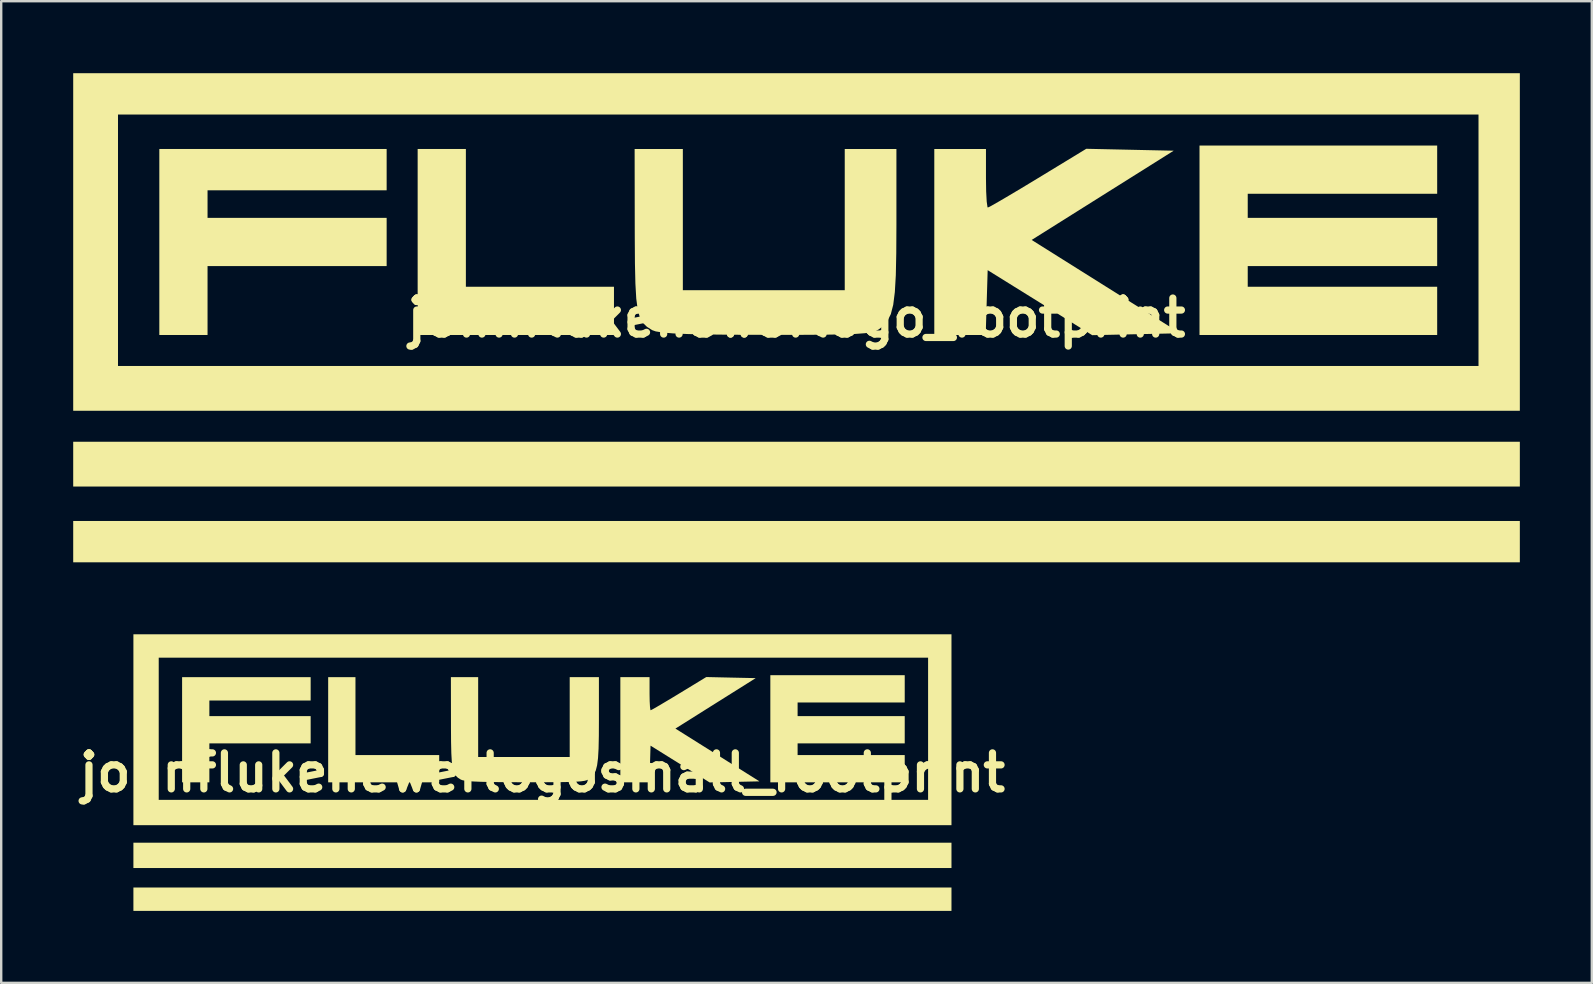
<source format=kicad_pcb>
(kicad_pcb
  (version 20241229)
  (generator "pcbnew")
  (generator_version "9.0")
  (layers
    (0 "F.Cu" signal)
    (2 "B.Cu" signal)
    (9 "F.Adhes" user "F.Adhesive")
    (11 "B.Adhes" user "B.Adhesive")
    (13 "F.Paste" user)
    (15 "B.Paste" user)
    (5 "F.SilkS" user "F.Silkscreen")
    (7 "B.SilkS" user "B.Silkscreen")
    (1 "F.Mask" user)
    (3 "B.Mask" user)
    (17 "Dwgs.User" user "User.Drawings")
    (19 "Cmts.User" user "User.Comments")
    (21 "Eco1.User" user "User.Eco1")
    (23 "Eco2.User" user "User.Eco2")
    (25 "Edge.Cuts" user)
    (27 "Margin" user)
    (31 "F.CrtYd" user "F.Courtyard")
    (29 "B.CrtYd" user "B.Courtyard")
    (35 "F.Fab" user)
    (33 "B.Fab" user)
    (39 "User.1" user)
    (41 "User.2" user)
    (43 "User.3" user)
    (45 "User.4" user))
  (footprint "johnflukenewerlogo_footprint"
    (layer "F.Cu")
    (at 30.136 10.189)
    (property "Reference" "johnflukenewerlogo_footprint" (at 0 0 0) (layer "F.SilkS") (effects (font (size 1.5 1.5) (thickness 0.3))))
    (attr board_only exclude_from_pos_files exclude_from_bom)
    (fp_poly (pts (xy 30.136 6.099) (xy 30.136 7.032) (xy 0 7.032) (xy -30.136 7.032) (xy -30.136 6.099) (xy -30.136 5.166) (xy 0 5.166) (xy 30.136 5.166)) (stroke (width 0) (type solid)) (fill yes) (layer "F.SilkS"))
    (fp_poly (pts (xy 30.136 9.328) (xy 30.136 10.189) (xy 0 10.189) (xy -30.136 10.189) (xy -30.136 9.328) (xy -30.136 8.467) (xy 0 8.467) (xy 30.136 8.467)) (stroke (width 0) (type solid)) (fill yes) (layer "F.SilkS"))
    (fp_poly (pts (xy -13.776 -4.162) (xy -13.776 -1.292) (xy -10.691 -1.292) (xy -7.606 -1.292) (xy -7.606 -0.287) (xy -7.606 0.718) (xy -11.695 0.718) (xy -15.785 0.718) (xy -15.785 -3.157) (xy -15.785 -7.032) (xy -14.781 -7.032) (xy -13.776 -7.032)) (stroke (width 0) (type solid)) (fill yes) (layer "F.SilkS"))
    (fp_poly (pts (xy 30.136 -3.157) (xy 30.136 3.875) (xy 0 3.875) (xy -30.136 3.875) (xy -30.136 -3.157) (xy -30.136 -8.467) (xy -28.27 -8.467) (xy -28.27 -3.229) (xy -28.27 2.009) (xy 0.072 2.009) (xy 28.414 2.009) (xy 28.414 -3.229) (xy 28.414 -8.467) (xy 0.072 -8.467) (xy -28.27 -8.467) (xy -30.136 -8.467) (xy -30.136 -10.189) (xy 0 -10.189) (xy 30.136 -10.189)) (stroke (width 0) (type solid)) (fill yes) (layer "F.SilkS"))
    (fp_poly (pts (xy -17.077 -6.171) (xy -17.077 -5.31) (xy -20.808 -5.31) (xy -24.539 -5.31) (xy -24.539 -4.736) (xy -24.539 -4.162) (xy -20.808 -4.162) (xy -17.077 -4.162) (xy -17.077 -3.157) (xy -17.077 -2.153) (xy -20.808 -2.153) (xy -24.539 -2.153) (xy -24.539 -0.718) (xy -24.539 0.718) (xy -25.544 0.718) (xy -26.548 0.718) (xy -26.548 -3.157) (xy -26.548 -7.032) (xy -21.812 -7.032) (xy -17.077 -7.032)) (stroke (width 0) (type solid)) (fill yes) (layer "F.SilkS"))
    (fp_poly (pts (xy 26.692 -6.171) (xy 26.692 -5.166) (xy 22.745 -5.166) (xy 18.799 -5.166) (xy 18.799 -4.664) (xy 18.799 -4.162) (xy 22.745 -4.162) (xy 26.692 -4.162) (xy 26.692 -3.157) (xy 26.692 -2.153) (xy 22.745 -2.153) (xy 18.799 -2.153) (xy 18.799 -1.722) (xy 18.799 -1.292) (xy 22.745 -1.292) (xy 26.692 -1.292) (xy 26.692 -0.287) (xy 26.692 0.718) (xy 21.741 0.718) (xy 16.79 0.718) (xy 16.79 -3.229) (xy 16.79 -7.175) (xy 21.741 -7.175) (xy 26.692 -7.175)) (stroke (width 0) (type solid)) (fill yes) (layer "F.SilkS"))
    (fp_poly (pts (xy 13.893 -7) (xy 15.714 -6.96) (xy 12.755 -5.101) (xy 9.797 -3.242) (xy 12.893 -1.298) (xy 15.988 0.646) (xy 14.154 0.686) (xy 12.32 0.726) (xy 10.142 -0.629) (xy 7.964 -1.983) (xy 7.923 -0.633) (xy 7.882 0.718) (xy 6.811 0.718) (xy 5.74 0.718) (xy 5.74 -3.157) (xy 5.74 -7.032) (xy 6.816 -7.032) (xy 7.893 -7.032) (xy 7.893 -5.812) (xy 7.901 -5.261) (xy 7.924 -4.839) (xy 7.956 -4.613) (xy 7.971 -4.592) (xy 8.114 -4.663) (xy 8.458 -4.859) (xy 8.963 -5.156) (xy 9.584 -5.528) (xy 10.06 -5.816) (xy 12.072 -7.04)) (stroke (width 0) (type solid)) (fill yes) (layer "F.SilkS"))
    (fp_poly (pts (xy -4.736 -4.09) (xy -4.736 -1.148) (xy -1.363 -1.148) (xy 2.009 -1.148) (xy 2.009 -4.09) (xy 2.009 -7.032) (xy 3.085 -7.032) (xy 4.162 -7.032) (xy 4.162 -3.87) (xy 4.156 -2.698) (xy 4.137 -1.776) (xy 4.096 -1.069) (xy 4.029 -0.539) (xy 3.929 -0.152) (xy 3.79 0.13) (xy 3.606 0.343) (xy 3.427 0.484) (xy 3.302 0.551) (xy 3.117 0.604) (xy 2.842 0.644) (xy 2.444 0.674) (xy 1.893 0.694) (xy 1.155 0.706) (xy 0.201 0.712) (xy -1.002 0.713) (xy -1.288 0.712) (xy -2.615 0.708) (xy -3.682 0.697) (xy -4.514 0.679) (xy -5.138 0.652) (xy -5.581 0.615) (xy -5.867 0.568) (xy -6.011 0.517) (xy -6.229 0.38) (xy -6.399 0.216) (xy -6.526 -0.011) (xy -6.616 -0.336) (xy -6.677 -0.795) (xy -6.713 -1.424) (xy -6.732 -2.258) (xy -6.739 -3.333) (xy -6.74 -3.695) (xy -6.745 -7.032) (xy -5.74 -7.032) (xy -4.736 -7.032)) (stroke (width 0) (type solid)) (fill yes) (layer "F.SilkS")))
  (footprint "johnflukenewerlogosmall_footprint"
    (layer "F.Cu")
    (at 19.55 29.139)
    (property "Reference" "johnflukenewerlogosmall_footprint" (at 0 0 0) (layer "F.SilkS") (effects (font (size 1.5 1.5) (thickness 0.3))))
    (attr board_only exclude_from_pos_files exclude_from_bom)
    (fp_poly (pts (xy 17.042 3.449) (xy 17.042 3.976) (xy 0 3.976) (xy -17.042 3.976) (xy -17.042 3.449) (xy -17.042 2.921) (xy 0 2.921) (xy 17.042 2.921)) (stroke (width 0) (type solid)) (fill yes) (layer "F.SilkS"))
    (fp_poly (pts (xy 17.042 5.275) (xy 17.042 5.762) (xy 0 5.762) (xy -17.042 5.762) (xy -17.042 5.275) (xy -17.042 4.788) (xy 0 4.788) (xy 17.042 4.788)) (stroke (width 0) (type solid)) (fill yes) (layer "F.SilkS"))
    (fp_poly (pts (xy -7.79 -2.353) (xy -7.79 -0.73) (xy -6.046 -0.73) (xy -4.301 -0.73) (xy -4.301 -0.162) (xy -4.301 0.406) (xy -6.614 0.406) (xy -8.927 0.406) (xy -8.927 -1.785) (xy -8.927 -3.976) (xy -8.358 -3.976) (xy -7.79 -3.976)) (stroke (width 0) (type solid)) (fill yes) (layer "F.SilkS"))
    (fp_poly (pts (xy 17.042 -1.785) (xy 17.042 2.191) (xy 0 2.191) (xy -17.042 2.191) (xy -17.042 -1.785) (xy -17.042 -4.788) (xy -15.987 -4.788) (xy -15.987 -1.826) (xy -15.987 1.136) (xy 0.041 1.136) (xy 16.068 1.136) (xy 16.068 -1.826) (xy 16.068 -4.788) (xy 0.041 -4.788) (xy -15.987 -4.788) (xy -17.042 -4.788) (xy -17.042 -5.762) (xy 0 -5.762) (xy 17.042 -5.762)) (stroke (width 0) (type solid)) (fill yes) (layer "F.SilkS"))
    (fp_poly (pts (xy -9.657 -3.489) (xy -9.657 -3.003) (xy -11.767 -3.003) (xy -13.877 -3.003) (xy -13.877 -2.678) (xy -13.877 -2.353) (xy -11.767 -2.353) (xy -9.657 -2.353) (xy -9.657 -1.785) (xy -9.657 -1.217) (xy -11.767 -1.217) (xy -13.877 -1.217) (xy -13.877 -0.406) (xy -13.877 0.406) (xy -14.445 0.406) (xy -15.013 0.406) (xy -15.013 -1.785) (xy -15.013 -3.976) (xy -12.335 -3.976) (xy -9.657 -3.976)) (stroke (width 0) (type solid)) (fill yes) (layer "F.SilkS"))
    (fp_poly (pts (xy 15.094 -3.489) (xy 15.094 -2.921) (xy 12.862 -2.921) (xy 10.631 -2.921) (xy 10.631 -2.637) (xy 10.631 -2.353) (xy 12.862 -2.353) (xy 15.094 -2.353) (xy 15.094 -1.785) (xy 15.094 -1.217) (xy 12.862 -1.217) (xy 10.631 -1.217) (xy 10.631 -0.974) (xy 10.631 -0.73) (xy 12.862 -0.73) (xy 15.094 -0.73) (xy 15.094 -0.162) (xy 15.094 0.406) (xy 12.294 0.406) (xy 9.495 0.406) (xy 9.495 -1.826) (xy 9.495 -4.058) (xy 12.294 -4.058) (xy 15.094 -4.058)) (stroke (width 0) (type solid)) (fill yes) (layer "F.SilkS"))
    (fp_poly (pts (xy 7.856 -3.958) (xy 8.886 -3.936) (xy 7.213 -2.885) (xy 5.54 -1.833) (xy 7.291 -0.734) (xy 9.041 0.365) (xy 8.004 0.388) (xy 6.967 0.411) (xy 5.735 -0.355) (xy 4.504 -1.122) (xy 4.481 -0.358) (xy 4.457 0.406) (xy 3.852 0.406) (xy 3.246 0.406) (xy 3.246 -1.785) (xy 3.246 -3.976) (xy 3.855 -3.976) (xy 4.463 -3.976) (xy 4.463 -3.287) (xy 4.468 -2.975) (xy 4.481 -2.736) (xy 4.499 -2.609) (xy 4.507 -2.597) (xy 4.588 -2.637) (xy 4.783 -2.748) (xy 5.068 -2.916) (xy 5.42 -3.126) (xy 5.689 -3.289) (xy 6.826 -3.981)) (stroke (width 0) (type solid)) (fill yes) (layer "F.SilkS"))
    (fp_poly (pts (xy -2.678 -2.313) (xy -2.678 -0.649) (xy -0.771 -0.649) (xy 1.136 -0.649) (xy 1.136 -2.313) (xy 1.136 -3.976) (xy 1.745 -3.976) (xy 2.353 -3.976) (xy 2.353 -2.188) (xy 2.35 -1.526) (xy 2.339 -1.004) (xy 2.316 -0.604) (xy 2.278 -0.305) (xy 2.222 -0.086) (xy 2.143 0.074) (xy 2.039 0.194) (xy 1.938 0.273) (xy 1.867 0.311) (xy 1.763 0.341) (xy 1.607 0.364) (xy 1.382 0.381) (xy 1.07 0.392) (xy 0.653 0.399) (xy 0.114 0.402) (xy -0.567 0.403) (xy -0.728 0.403) (xy -1.479 0.4) (xy -2.082 0.394) (xy -2.553 0.384) (xy -2.906 0.369) (xy -3.156 0.348) (xy -3.318 0.321) (xy -3.399 0.293) (xy -3.523 0.215) (xy -3.618 0.122) (xy -3.69 -0.006) (xy -3.741 -0.19) (xy -3.776 -0.45) (xy -3.796 -0.805) (xy -3.807 -1.277) (xy -3.811 -1.885) (xy -3.811 -2.09) (xy -3.814 -3.976) (xy -3.246 -3.976) (xy -2.678 -3.976)) (stroke (width 0) (type solid)) (fill yes) (layer "F.SilkS")))
  (gr_rect
    (start -3 -3)
    (end 63.271 37.901)
    (stroke (width 0.1) (type default))
    (fill no)
    (layer "Edge.Cuts")))
</source>
